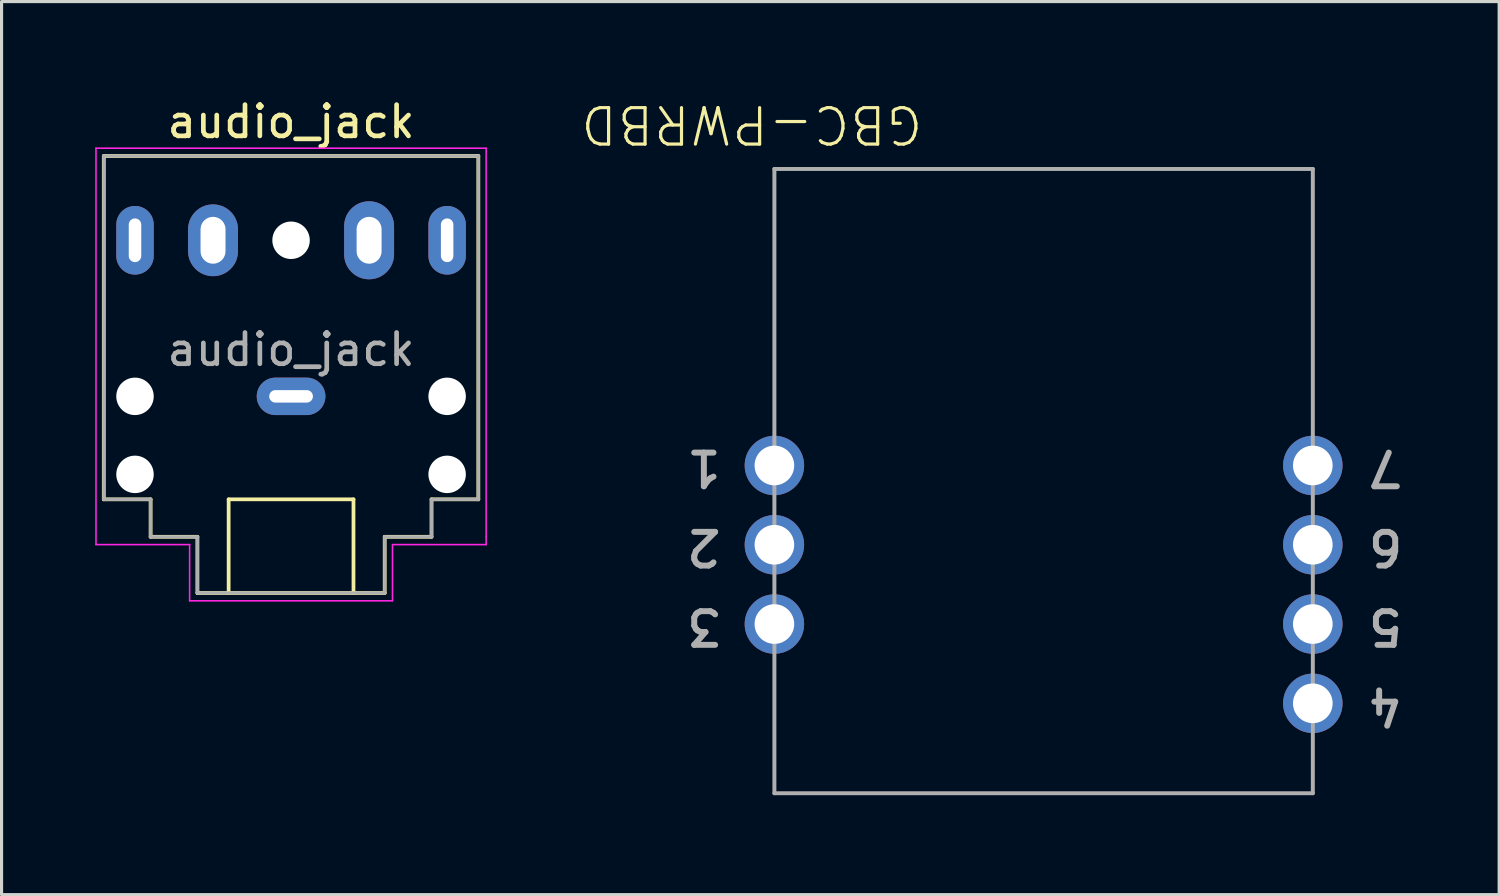
<source format=kicad_pcb>
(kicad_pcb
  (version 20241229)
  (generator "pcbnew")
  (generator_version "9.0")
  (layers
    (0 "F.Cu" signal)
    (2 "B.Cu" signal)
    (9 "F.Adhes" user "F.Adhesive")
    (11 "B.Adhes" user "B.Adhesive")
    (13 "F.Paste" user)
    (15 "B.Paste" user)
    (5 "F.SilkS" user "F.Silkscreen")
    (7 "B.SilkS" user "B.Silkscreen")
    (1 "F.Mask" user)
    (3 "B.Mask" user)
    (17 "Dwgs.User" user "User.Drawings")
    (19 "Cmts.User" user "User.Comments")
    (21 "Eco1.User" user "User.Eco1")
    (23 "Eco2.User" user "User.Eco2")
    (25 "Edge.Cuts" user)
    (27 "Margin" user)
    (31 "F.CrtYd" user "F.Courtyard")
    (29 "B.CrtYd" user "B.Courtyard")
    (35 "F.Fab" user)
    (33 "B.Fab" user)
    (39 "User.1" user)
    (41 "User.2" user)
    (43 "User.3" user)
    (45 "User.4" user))
  (footprint "audio_jack"
    (layer "F.Cu")
    (at 6.275 9.648)
    (property "Reference" "audio_jack" (at 0 -8.8 0) (layer "F.SilkS") (effects (font (size 1 1) (thickness 0.15))))
    (attr through_hole exclude_from_pos_files exclude_from_bom)
    (fp_line (start -6 -7.7) (end 6 -7.7) (stroke (width 0.12) (type solid)) (layer "F.SilkS"))
    (fp_line (start -6 3.3) (end -6 -7.7) (stroke (width 0.12) (type solid)) (layer "F.SilkS"))
    (fp_line (start -4.5 3.3) (end -6 3.3) (stroke (width 0.12) (type solid)) (layer "F.SilkS"))
    (fp_line (start -4.5 4.5) (end -4.5 3.3) (stroke (width 0.12) (type solid)) (layer "F.SilkS"))
    (fp_line (start -3 4.5) (end -4.5 4.5) (stroke (width 0.12) (type solid)) (layer "F.SilkS"))
    (fp_line (start -3 6.3) (end -3 4.5) (stroke (width 0.12) (type solid)) (layer "F.SilkS"))
    (fp_line (start -2 3.3) (end -2 6.3) (stroke (width 0.12) (type solid)) (layer "F.SilkS"))
    (fp_line (start 2 3.3) (end -2 3.3) (stroke (width 0.12) (type solid)) (layer "F.SilkS"))
    (fp_line (start 2 6.3) (end 2 3.3) (stroke (width 0.12) (type solid)) (layer "F.SilkS"))
    (fp_line (start 3 4.5) (end 3 6.3) (stroke (width 0.12) (type solid)) (layer "F.SilkS"))
    (fp_line (start 3 6.3) (end -3 6.3) (stroke (width 0.12) (type solid)) (layer "F.SilkS"))
    (fp_line (start 4.5 3.3) (end 4.5 4.5) (stroke (width 0.12) (type solid)) (layer "F.SilkS"))
    (fp_line (start 4.5 4.5) (end 3 4.5) (stroke (width 0.12) (type solid)) (layer "F.SilkS"))
    (fp_line (start 6 -7.7) (end 6 3.3) (stroke (width 0.12) (type solid)) (layer "F.SilkS"))
    (fp_line (start 6 3.3) (end 4.5 3.3) (stroke (width 0.12) (type solid)) (layer "F.SilkS"))
    (fp_line (start -6.25 -7.95) (end -6.25 4.75) (stroke (width 0.05) (type solid)) (layer "F.CrtYd"))
    (fp_line (start -6.25 4.75) (end -3.25 4.75) (stroke (width 0.05) (type solid)) (layer "F.CrtYd"))
    (fp_line (start -3.25 4.75) (end -3.25 6.55) (stroke (width 0.05) (type solid)) (layer "F.CrtYd"))
    (fp_line (start -3.25 6.55) (end 3.25 6.55) (stroke (width 0.05) (type solid)) (layer "F.CrtYd"))
    (fp_line (start 3.25 4.75) (end 6.25 4.75) (stroke (width 0.05) (type solid)) (layer "F.CrtYd"))
    (fp_line (start 3.25 6.55) (end 3.25 4.75) (stroke (width 0.05) (type solid)) (layer "F.CrtYd"))
    (fp_line (start 6.25 -7.95) (end -6.25 -7.95) (stroke (width 0.05) (type solid)) (layer "F.CrtYd"))
    (fp_line (start 6.25 4.5) (end 6.25 -7.95) (stroke (width 0.05) (type solid)) (layer "F.CrtYd"))
    (fp_line (start 6.25 4.75) (end 6.25 4.5) (stroke (width 0.05) (type solid)) (layer "F.CrtYd"))
    (fp_line (start -6 -7.7) (end 6 -7.7) (stroke (width 0.1) (type solid)) (layer "F.Fab"))
    (fp_line (start -6 3.3) (end -6 -7.7) (stroke (width 0.1) (type solid)) (layer "F.Fab"))
    (fp_line (start -4.5 3.3) (end -6 3.3) (stroke (width 0.1) (type solid)) (layer "F.Fab"))
    (fp_line (start -4.5 4.5) (end -4.5 3.3) (stroke (width 0.1) (type solid)) (layer "F.Fab"))
    (fp_line (start -4.5 4.5) (end -3 4.5) (stroke (width 0.1) (type solid)) (layer "F.Fab"))
    (fp_line (start -3 4.5) (end -3 6.3) (stroke (width 0.1) (type solid)) (layer "F.Fab"))
    (fp_line (start -3 6.3) (end 3 6.3) (stroke (width 0.1) (type solid)) (layer "F.Fab"))
    (fp_line (start 3 4.5) (end 3 6.3) (stroke (width 0.1) (type solid)) (layer "F.Fab"))
    (fp_line (start 4.5 3.3) (end 6 3.3) (stroke (width 0.1) (type solid)) (layer "F.Fab"))
    (fp_line (start 4.5 4.5) (end 3 4.5) (stroke (width 0.1) (type solid)) (layer "F.Fab"))
    (fp_line (start 4.5 4.5) (end 4.5 3.3) (stroke (width 0.1) (type solid)) (layer "F.Fab"))
    (fp_line (start 6 3.3) (end 6 -7.7) (stroke (width 0.1) (type solid)) (layer "F.Fab"))
    (fp_text user "${REFERENCE}" (at 0 -1.5 0) (layer "F.Fab") (effects (font (size 1 1) (thickness 0.15))))
    (pad "" np_thru_hole circle (at -5 0) (size 1.2 1.2) (drill 1.2) (layers "*.Cu" "*.Mask"))
    (pad "" np_thru_hole circle (at -5 2.5) (size 1.2 1.2) (drill 1.2) (layers "*.Cu" "*.Mask"))
    (pad "" np_thru_hole circle (at 0 -5) (size 1.2 1.2) (drill 1.2) (layers "*.Cu" "*.Mask"))
    (pad "" np_thru_hole circle (at 5 0) (size 1.2 1.2) (drill 1.2) (layers "*.Cu" "*.Mask"))
    (pad "" np_thru_hole circle (at 5 2.5) (size 1.2 1.2) (drill 1.2) (layers "*.Cu" "*.Mask"))
    (pad "R" thru_hole oval (at -5 -5) (size 1.2 2.2) (drill oval 0.4 1.4) (layers "*.Cu" "*.Mask"))
    (pad "RN" thru_hole oval (at -2.5 -5) (size 1.6 2.3) (drill oval 0.8 1.5) (layers "*.Cu" "*.Mask"))
    (pad "S" thru_hole oval (at 0 0) (size 2.2 1.2) (drill oval 1.4 0.4) (layers "*.Cu" "*.Mask"))
    (pad "T" thru_hole oval (at 5 -5 180) (size 1.2 2.2) (drill oval 0.4 1.4) (layers "*.Cu" "*.Mask"))
    (pad "TN" thru_hole oval (at 2.5 -5 180) (size 1.6 2.5) (drill oval 0.8 1.5) (layers "*.Cu" "*.Mask")))
  (footprint "GBC-PWRBD"
    (layer "F.Cu")
    (at 22.01 22.363)
    (property "Reference" "GBC-PWRBD" (at 4.572 -22.113 180) (unlocked yes) (layer "F.SilkS") (effects (font (size 1.168 1.168) (thickness 0.102)) (justify left bottom)))
    (fp_line (start -0.25 -20) (end -0.25 0) (stroke (width 0.127) (type solid)) (layer "F.Fab"))
    (fp_line (start -0.25 0) (end 17 0) (stroke (width 0.127) (type solid)) (layer "F.Fab"))
    (fp_line (start 17 -20) (end -0.25 -20) (stroke (width 0.127) (type solid)) (layer "F.Fab"))
    (fp_line (start 17 0) (end 17 -20) (stroke (width 0.127) (type solid)) (layer "F.Fab"))
    (fp_text user "2" (at -1.87 -8.515 180) (unlocked yes) (layer "F.Fab") (effects (font (size 1.079 1.079) (thickness 0.191)) (justify left bottom)))
    (fp_text user "1" (at -1.87 -11.055 180) (unlocked yes) (layer "F.Fab") (effects (font (size 1.079 1.079) (thickness 0.191)) (justify left bottom)))
    (fp_text user "5" (at 19.97 -5.975 180) (unlocked yes) (layer "F.Fab") (effects (font (size 1.079 1.079) (thickness 0.191)) (justify left bottom)))
    (fp_text user "3" (at -1.87 -5.975 180) (unlocked yes) (layer "F.Fab") (effects (font (size 1.079 1.079) (thickness 0.191)) (justify left bottom)))
    (fp_text user "7" (at 19.97 -11.055 180) (unlocked yes) (layer "F.Fab") (effects (font (size 1.079 1.079) (thickness 0.191)) (justify left bottom)))
    (fp_text user "6" (at 19.97 -8.515 180) (unlocked yes) (layer "F.Fab") (effects (font (size 1.079 1.079) (thickness 0.191)) (justify left bottom)))
    (fp_text user "4" (at 19.97 -3.435 180) (unlocked yes) (layer "F.Fab") (effects (font (size 1.079 1.079) (thickness 0.191)) (justify left bottom)))
    (pad "1" thru_hole circle (at -0.25 -10.5 90) (size 1.905 1.905) (drill 1.27) (layers "*.Cu" "*.Mask"))
    (pad "2" thru_hole circle (at -0.25 -7.96 90) (size 1.905 1.905) (drill 1.27) (layers "*.Cu" "*.Mask"))
    (pad "3" thru_hole circle (at -0.25 -5.42 90) (size 1.905 1.905) (drill 1.27) (layers "*.Cu" "*.Mask"))
    (pad "4" thru_hole circle (at 17 -2.88 90) (size 1.905 1.905) (drill 1.27) (layers "*.Cu" "*.Mask"))
    (pad "5" thru_hole circle (at 17 -5.42 90) (size 1.905 1.905) (drill 1.27) (layers "*.Cu" "*.Mask"))
    (pad "6" thru_hole circle (at 17 -7.96 90) (size 1.905 1.905) (drill 1.27) (layers "*.Cu" "*.Mask"))
    (pad "7" thru_hole circle (at 17 -10.5 90) (size 1.905 1.905) (drill 1.27) (layers "*.Cu" "*.Mask")))
  (gr_rect
    (start -3 -3)
    (end 44.98 25.613)
    (stroke (width 0.1) (type default))
    (fill no)
    (layer "Edge.Cuts")))
</source>
